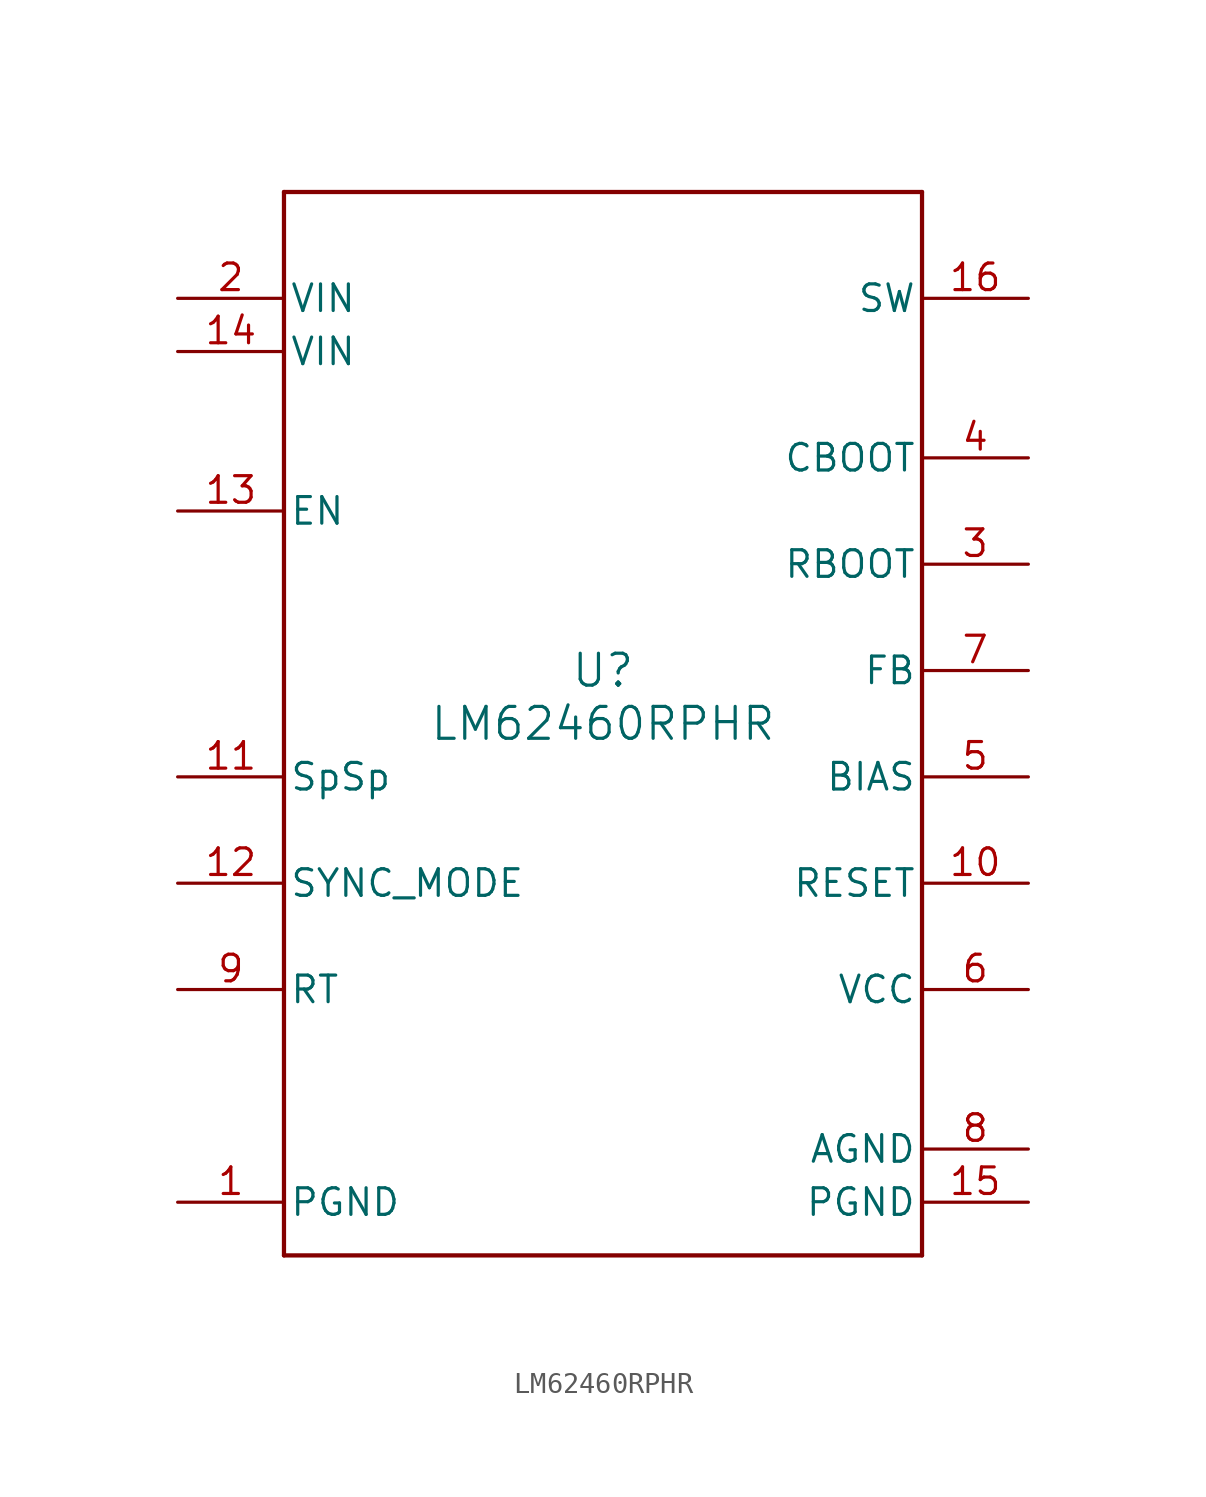
<source format=kicad_sym>
(kicad_symbol_lib
  (version 20211014)
  (generator kicad_symbol_editor)
  (symbol "LM62460RPHR"
    (pin_names
      (offset 0.254))
    (property "Reference" "U"
      (at 0 2.54 0)
      (effects (font (size 1.524 1.524))))
    (property "Value" "LM62460RPHR"
      (at 0 0 0)
      (effects (font (size 1.524 1.524))))
    (symbol "LM62460RPHR_0_1"
      (polyline (pts (xy -15.24 -25.4) (xy 15.24 -25.4)) (stroke (width 0.203) (type default) (color 0 0 0 0)) (fill (type none)))
      (polyline (pts (xy 15.24 -25.4) (xy 15.24 25.4)) (stroke (width 0.203) (type default) (color 0 0 0 0)) (fill (type none)))
      (polyline (pts (xy 15.24 25.4) (xy -15.24 25.4)) (stroke (width 0.203) (type default) (color 0 0 0 0)) (fill (type none)))
      (polyline (pts (xy -15.24 25.4) (xy -15.24 -25.4)) (stroke (width 0.203) (type default) (color 0 0 0 0)) (fill (type none)))
      (pin power_in line (at -20.32 -22.86 0) (length 5.08) (name "PGND" (effects (font (size 1.27 1.27)))) (number "1" (effects (font (size 1.27 1.27)))))
      (pin power_in line (at -20.32 20.32 0) (length 5.08) (name "VIN" (effects (font (size 1.27 1.27)))) (number "2" (effects (font (size 1.27 1.27)))))
      (pin unspecified line (at 20.32 7.62 180) (length 5.08) (name "RBOOT" (effects (font (size 1.27 1.27)))) (number "3" (effects (font (size 1.27 1.27)))))
      (pin unspecified line (at 20.32 12.7 180) (length 5.08) (name "CBOOT" (effects (font (size 1.27 1.27)))) (number "4" (effects (font (size 1.27 1.27)))))
      (pin unspecified line (at 20.32 -2.54 180) (length 5.08) (name "BIAS" (effects (font (size 1.27 1.27)))) (number "5" (effects (font (size 1.27 1.27)))))
      (pin power_in line (at 20.32 -12.7 180) (length 5.08) (name "VCC" (effects (font (size 1.27 1.27)))) (number "6" (effects (font (size 1.27 1.27)))))
      (pin input line (at 20.32 2.54 180) (length 5.08) (name "FB" (effects (font (size 1.27 1.27)))) (number "7" (effects (font (size 1.27 1.27)))))
      (pin power_in line (at 20.32 -20.32 180) (length 5.08) (name "AGND" (effects (font (size 1.27 1.27)))) (number "8" (effects (font (size 1.27 1.27)))))
      (pin unspecified line (at -20.32 -12.7 0) (length 5.08) (name "RT" (effects (font (size 1.27 1.27)))) (number "9" (effects (font (size 1.27 1.27)))))
      (pin input line (at 20.32 -7.62 180) (length 5.08) (name "RESET" (effects (font (size 1.27 1.27)))) (number "10" (effects (font (size 1.27 1.27)))))
      (pin unspecified line (at -20.32 -2.54 0) (length 5.08) (name "SpSp" (effects (font (size 1.27 1.27)))) (number "11" (effects (font (size 1.27 1.27)))))
      (pin input line (at -20.32 -7.62 0) (length 5.08) (name "SYNC_MODE" (effects (font (size 1.27 1.27)))) (number "12" (effects (font (size 1.27 1.27)))))
      (pin input line (at -20.32 10.16 0) (length 5.08) (name "EN" (effects (font (size 1.27 1.27)))) (number "13" (effects (font (size 1.27 1.27)))))
      (pin power_in line (at -20.32 17.78 0) (length 5.08) (name "VIN" (effects (font (size 1.27 1.27)))) (number "14" (effects (font (size 1.27 1.27)))))
      (pin power_in line (at 20.32 -22.86 180) (length 5.08) (name "PGND" (effects (font (size 1.27 1.27)))) (number "15" (effects (font (size 1.27 1.27)))))
      (pin power_in line (at 20.32 20.32 180) (length 5.08) (name "SW" (effects (font (size 1.27 1.27)))) (number "16" (effects (font (size 1.27 1.27))))))))
</source>
